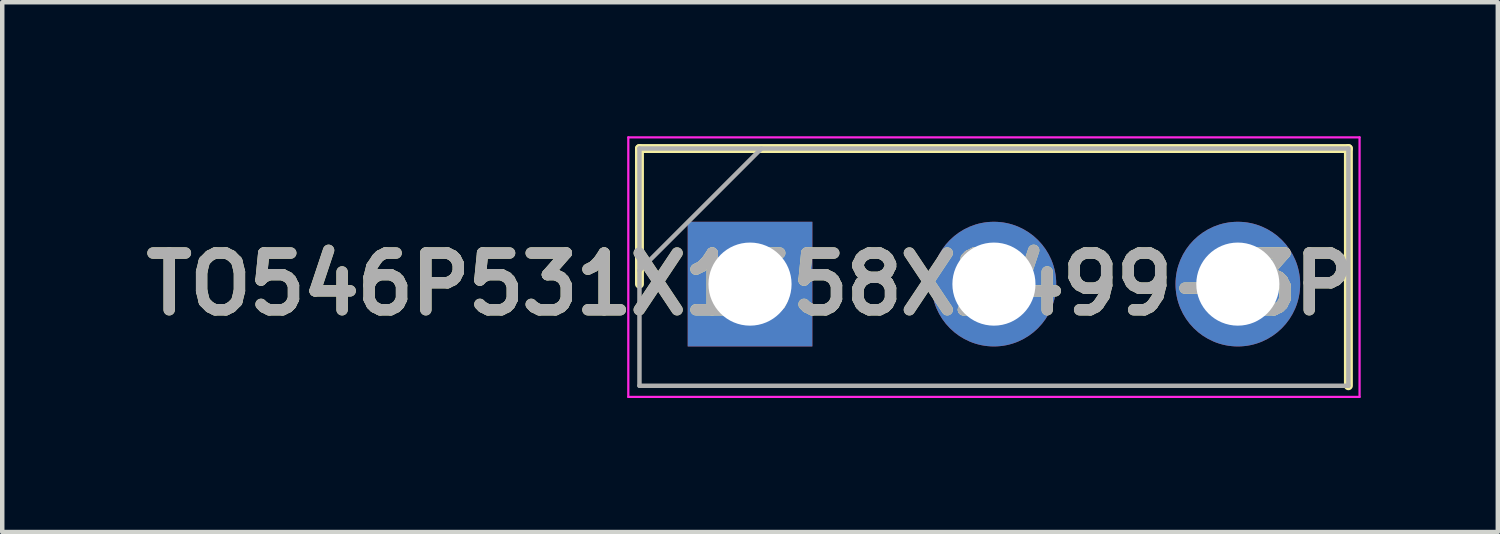
<source format=kicad_pcb>
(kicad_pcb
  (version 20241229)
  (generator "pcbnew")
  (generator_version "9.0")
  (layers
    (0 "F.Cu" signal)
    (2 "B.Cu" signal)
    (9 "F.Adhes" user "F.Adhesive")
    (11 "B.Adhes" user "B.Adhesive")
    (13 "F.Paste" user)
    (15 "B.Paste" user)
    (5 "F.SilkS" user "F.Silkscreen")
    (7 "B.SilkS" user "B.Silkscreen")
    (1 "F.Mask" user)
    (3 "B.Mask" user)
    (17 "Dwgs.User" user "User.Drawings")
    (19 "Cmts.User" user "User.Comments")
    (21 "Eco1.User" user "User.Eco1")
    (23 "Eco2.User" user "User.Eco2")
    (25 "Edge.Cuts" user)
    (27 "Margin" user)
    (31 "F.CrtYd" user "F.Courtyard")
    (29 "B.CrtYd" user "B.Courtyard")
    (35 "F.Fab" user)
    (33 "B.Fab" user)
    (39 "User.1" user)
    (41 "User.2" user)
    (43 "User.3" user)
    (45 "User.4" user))
  (footprint "TO546P531X1558X2499-3P"
    (layer "F.Cu")
    (at 13.74 3.31)
    (property "Reference" "TO546P531X1558X2499-3P" (at 0 0 0) (layer "F.SilkS") (effects (font (size 1.27 1.27) (thickness 0.254))))
    (attr through_hole)
    (fp_line (start -2.475 -3.035) (end -2.475 0) (stroke (width 0.2) (type solid)) (layer "F.SilkS"))
    (fp_line (start 13.395 -3.035) (end -2.475 -3.035) (stroke (width 0.2) (type solid)) (layer "F.SilkS"))
    (fp_line (start 13.395 2.275) (end 13.395 -3.035) (stroke (width 0.2) (type solid)) (layer "F.SilkS"))
    (fp_line (start -2.725 -3.285) (end 13.645 -3.285) (stroke (width 0.05) (type solid)) (layer "F.CrtYd"))
    (fp_line (start -2.725 2.525) (end -2.725 -3.285) (stroke (width 0.05) (type solid)) (layer "F.CrtYd"))
    (fp_line (start 13.645 -3.285) (end 13.645 2.525) (stroke (width 0.05) (type solid)) (layer "F.CrtYd"))
    (fp_line (start 13.645 2.525) (end -2.725 2.525) (stroke (width 0.05) (type solid)) (layer "F.CrtYd"))
    (fp_line (start -2.475 -3.035) (end 13.395 -3.035) (stroke (width 0.1) (type solid)) (layer "F.Fab"))
    (fp_line (start -2.475 -0.305) (end 0.255 -3.035) (stroke (width 0.1) (type solid)) (layer "F.Fab"))
    (fp_line (start -2.475 2.275) (end -2.475 -3.035) (stroke (width 0.1) (type solid)) (layer "F.Fab"))
    (fp_line (start 13.395 -3.035) (end 13.395 2.275) (stroke (width 0.1) (type solid)) (layer "F.Fab"))
    (fp_line (start 13.395 2.275) (end -2.475 2.275) (stroke (width 0.1) (type solid)) (layer "F.Fab"))
    (fp_text user "${REFERENCE}" (at 0 0 0) (layer "F.Fab") (effects (font (size 1.27 1.27) (thickness 0.254))))
    (pad "1" thru_hole rect (at 0 0) (size 2.79 2.79) (drill 1.86) (layers "*.Cu" "*.Mask"))
    (pad "2" thru_hole circle (at 5.46 0) (size 2.79 2.79) (drill 1.86) (layers "*.Cu" "*.Mask"))
    (pad "3" thru_hole circle (at 10.92 0) (size 2.79 2.79) (drill 1.86) (layers "*.Cu" "*.Mask")))
  (gr_rect
    (start -3 -3)
    (end 30.48 8.86)
    (stroke (width 0.1) (type default))
    (fill no)
    (layer "Edge.Cuts")))
</source>
